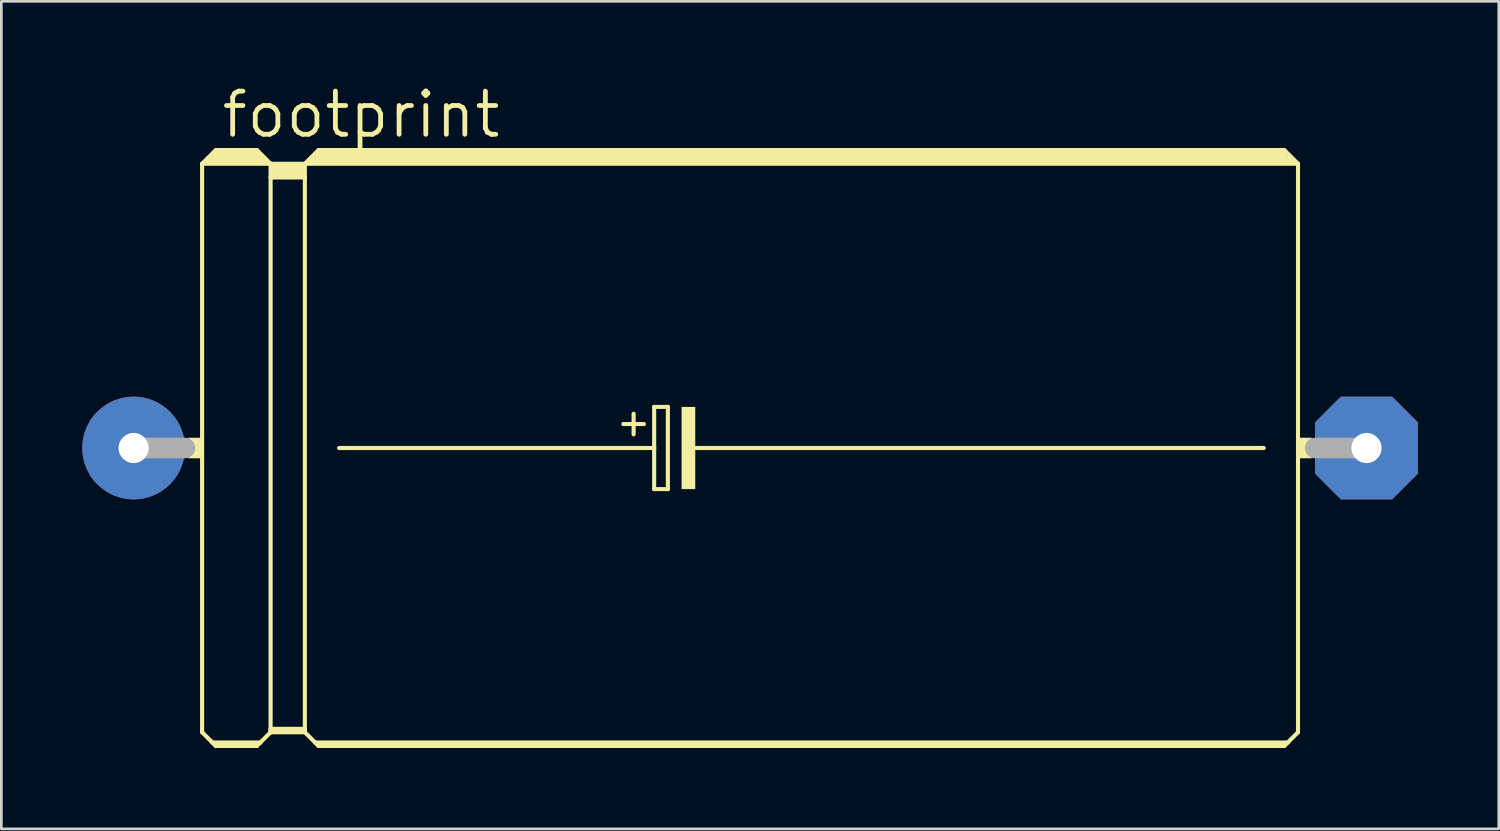
<source format=kicad_pcb>
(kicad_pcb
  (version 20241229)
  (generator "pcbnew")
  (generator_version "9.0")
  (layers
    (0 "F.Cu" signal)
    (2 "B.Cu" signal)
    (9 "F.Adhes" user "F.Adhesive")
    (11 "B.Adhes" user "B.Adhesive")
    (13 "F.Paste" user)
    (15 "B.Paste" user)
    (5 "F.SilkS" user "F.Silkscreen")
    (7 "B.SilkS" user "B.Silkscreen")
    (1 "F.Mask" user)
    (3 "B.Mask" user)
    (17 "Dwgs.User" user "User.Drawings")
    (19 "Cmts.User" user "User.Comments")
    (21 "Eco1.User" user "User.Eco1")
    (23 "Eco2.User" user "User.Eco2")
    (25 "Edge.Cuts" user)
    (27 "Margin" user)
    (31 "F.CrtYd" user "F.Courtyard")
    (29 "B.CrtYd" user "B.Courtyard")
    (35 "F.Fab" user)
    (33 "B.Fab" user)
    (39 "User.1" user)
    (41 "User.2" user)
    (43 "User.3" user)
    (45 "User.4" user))
  (footprint "footprint"
    (layer "F.Cu")
    (at 24.765 13.564)
    (property "Reference" "footprint" (at -19.685 -11.43 0) (layer "F.SilkS") (effects (font (size 1.6 1.6) (thickness 0.178)) (justify left bottom)))
    (fp_line (start -20.32 -10.541) (end -20.32 10.541) (stroke (width 0.152) (type solid)) (layer "F.SilkS"))
    (fp_line (start -20.32 -10.541) (end -19.812 -11.049) (stroke (width 0.152) (type solid)) (layer "F.SilkS"))
    (fp_line (start -20.32 -10.541) (end -17.78 -10.541) (stroke (width 0.152) (type solid)) (layer "F.SilkS"))
    (fp_line (start -20.32 10.541) (end -19.939 10.922) (stroke (width 0.152) (type solid)) (layer "F.SilkS"))
    (fp_line (start -20.066 -10.668) (end -18.034 -10.668) (stroke (width 0.305) (type solid)) (layer "F.SilkS"))
    (fp_line (start -19.939 10.922) (end -19.812 11.049) (stroke (width 0.152) (type solid)) (layer "F.SilkS"))
    (fp_line (start -19.939 10.922) (end -18.161 10.922) (stroke (width 0.152) (type solid)) (layer "F.SilkS"))
    (fp_line (start -19.812 -11.049) (end -18.288 -11.049) (stroke (width 0.152) (type solid)) (layer "F.SilkS"))
    (fp_line (start -19.812 -10.922) (end -18.288 -10.922) (stroke (width 0.305) (type solid)) (layer "F.SilkS"))
    (fp_line (start -19.812 10.998) (end -18.288 10.998) (stroke (width 0.152) (type solid)) (layer "F.SilkS"))
    (fp_line (start -19.812 11.049) (end -19.812 10.998) (stroke (width 0.152) (type solid)) (layer "F.SilkS"))
    (fp_line (start -19.812 11.049) (end -18.288 11.049) (stroke (width 0.152) (type solid)) (layer "F.SilkS"))
    (fp_line (start -18.288 -11.049) (end -17.78 -10.541) (stroke (width 0.152) (type solid)) (layer "F.SilkS"))
    (fp_line (start -18.288 11.049) (end -18.161 10.922) (stroke (width 0.152) (type solid)) (layer "F.SilkS"))
    (fp_line (start -18.161 10.922) (end -17.78 10.541) (stroke (width 0.152) (type solid)) (layer "F.SilkS"))
    (fp_line (start -17.78 -10.541) (end -16.51 -10.541) (stroke (width 0.152) (type solid)) (layer "F.SilkS"))
    (fp_line (start -17.78 -10.033) (end -17.78 -10.541) (stroke (width 0.152) (type solid)) (layer "F.SilkS"))
    (fp_line (start -17.78 -10.033) (end -16.51 -10.033) (stroke (width 0.152) (type solid)) (layer "F.SilkS"))
    (fp_line (start -17.78 10.414) (end -17.78 -10.033) (stroke (width 0.152) (type solid)) (layer "F.SilkS"))
    (fp_line (start -17.78 10.414) (end -16.51 10.414) (stroke (width 0.152) (type solid)) (layer "F.SilkS"))
    (fp_line (start -17.78 10.49) (end -17.78 10.414) (stroke (width 0.152) (type solid)) (layer "F.SilkS"))
    (fp_line (start -17.78 10.49) (end -16.51 10.49) (stroke (width 0.152) (type solid)) (layer "F.SilkS"))
    (fp_line (start -17.78 10.541) (end -17.78 10.49) (stroke (width 0.152) (type solid)) (layer "F.SilkS"))
    (fp_line (start -17.78 10.541) (end -16.51 10.541) (stroke (width 0.152) (type solid)) (layer "F.SilkS"))
    (fp_line (start -17.653 -10.414) (end -16.637 -10.414) (stroke (width 0.305) (type solid)) (layer "F.SilkS"))
    (fp_line (start -17.653 -10.16) (end -16.637 -10.16) (stroke (width 0.305) (type solid)) (layer "F.SilkS"))
    (fp_line (start -16.51 -10.541) (end -16.002 -11.049) (stroke (width 0.152) (type solid)) (layer "F.SilkS"))
    (fp_line (start -16.51 -10.541) (end 20.32 -10.541) (stroke (width 0.152) (type solid)) (layer "F.SilkS"))
    (fp_line (start -16.51 -10.033) (end -16.51 -10.541) (stroke (width 0.152) (type solid)) (layer "F.SilkS"))
    (fp_line (start -16.51 10.414) (end -16.51 -10.033) (stroke (width 0.152) (type solid)) (layer "F.SilkS"))
    (fp_line (start -16.51 10.49) (end -16.51 10.414) (stroke (width 0.152) (type solid)) (layer "F.SilkS"))
    (fp_line (start -16.51 10.541) (end -16.51 10.49) (stroke (width 0.152) (type solid)) (layer "F.SilkS"))
    (fp_line (start -16.51 10.541) (end -16.129 10.922) (stroke (width 0.152) (type solid)) (layer "F.SilkS"))
    (fp_line (start -16.256 -10.668) (end 20.066 -10.668) (stroke (width 0.305) (type solid)) (layer "F.SilkS"))
    (fp_line (start -16.129 10.922) (end -16.002 11.049) (stroke (width 0.152) (type solid)) (layer "F.SilkS"))
    (fp_line (start -16.129 10.922) (end 19.939 10.922) (stroke (width 0.152) (type solid)) (layer "F.SilkS"))
    (fp_line (start -16.002 -11.049) (end 19.812 -11.049) (stroke (width 0.152) (type solid)) (layer "F.SilkS"))
    (fp_line (start -16.002 -10.922) (end 19.812 -10.922) (stroke (width 0.305) (type solid)) (layer "F.SilkS"))
    (fp_line (start -16.002 10.998) (end 19.812 10.998) (stroke (width 0.152) (type solid)) (layer "F.SilkS"))
    (fp_line (start -16.002 11.049) (end -16.002 10.998) (stroke (width 0.152) (type solid)) (layer "F.SilkS"))
    (fp_line (start -16.002 11.049) (end 19.812 11.049) (stroke (width 0.152) (type solid)) (layer "F.SilkS"))
    (fp_line (start -15.24 0) (end -3.556 0) (stroke (width 0.152) (type solid)) (layer "F.SilkS"))
    (fp_line (start -4.699 -0.889) (end -3.937 -0.889) (stroke (width 0.152) (type solid)) (layer "F.SilkS"))
    (fp_line (start -4.318 -1.27) (end -4.318 -0.508) (stroke (width 0.152) (type solid)) (layer "F.SilkS"))
    (fp_line (start -3.556 -1.524) (end -3.556 0) (stroke (width 0.152) (type solid)) (layer "F.SilkS"))
    (fp_line (start -3.556 0) (end -3.556 1.524) (stroke (width 0.152) (type solid)) (layer "F.SilkS"))
    (fp_line (start -3.556 1.524) (end -3.048 1.524) (stroke (width 0.152) (type solid)) (layer "F.SilkS"))
    (fp_line (start -3.048 -1.524) (end -3.556 -1.524) (stroke (width 0.152) (type solid)) (layer "F.SilkS"))
    (fp_line (start -3.048 1.524) (end -3.048 -1.524) (stroke (width 0.152) (type solid)) (layer "F.SilkS"))
    (fp_line (start -2.159 0) (end 19.05 0) (stroke (width 0.152) (type solid)) (layer "F.SilkS"))
    (fp_line (start 19.812 -11.049) (end 20.32 -10.541) (stroke (width 0.152) (type solid)) (layer "F.SilkS"))
    (fp_line (start 19.812 11.049) (end 19.939 10.922) (stroke (width 0.152) (type solid)) (layer "F.SilkS"))
    (fp_line (start 19.939 10.922) (end 20.32 10.541) (stroke (width 0.152) (type solid)) (layer "F.SilkS"))
    (fp_line (start 20.32 -10.541) (end 20.32 10.541) (stroke (width 0.152) (type solid)) (layer "F.SilkS"))
    (fp_poly (pts (xy -20.828 0.381) (xy -20.32 0.381) (xy -20.32 -0.381) (xy -20.828 -0.381)) (stroke (width 0) (type solid)) (fill yes) (layer "F.SilkS"))
    (fp_poly (pts (xy -2.54 1.524) (xy -2.032 1.524) (xy -2.032 -1.524) (xy -2.54 -1.524)) (stroke (width 0) (type solid)) (fill yes) (layer "F.SilkS"))
    (fp_poly (pts (xy 20.32 0.381) (xy 20.828 0.381) (xy 20.828 -0.381) (xy 20.32 -0.381)) (stroke (width 0) (type solid)) (fill yes) (layer "F.SilkS"))
    (fp_line (start -22.86 0) (end -20.955 0) (stroke (width 0.762) (type solid)) (layer "F.Fab"))
    (fp_line (start 22.86 0) (end 20.955 0) (stroke (width 0.762) (type solid)) (layer "F.Fab"))
    (pad "+" thru_hole circle (at -22.86 0) (size 3.81 3.81) (drill 1.118) (layers "*.Cu" "*.Mask"))
    (pad "-" thru_hole roundrect (at 22.86 0) (size 3.81 3.81) (drill 1.118) (layers "*.Cu" "*.Mask") (roundrect_rratio 0.25) (chamfer_ratio 0.25) (chamfer top_left top_right bottom_left bottom_right)))
  (gr_rect
    (start -3 -3)
    (end 52.53 27.689)
    (stroke (width 0.1) (type default))
    (fill no)
    (layer "Edge.Cuts")))
</source>
